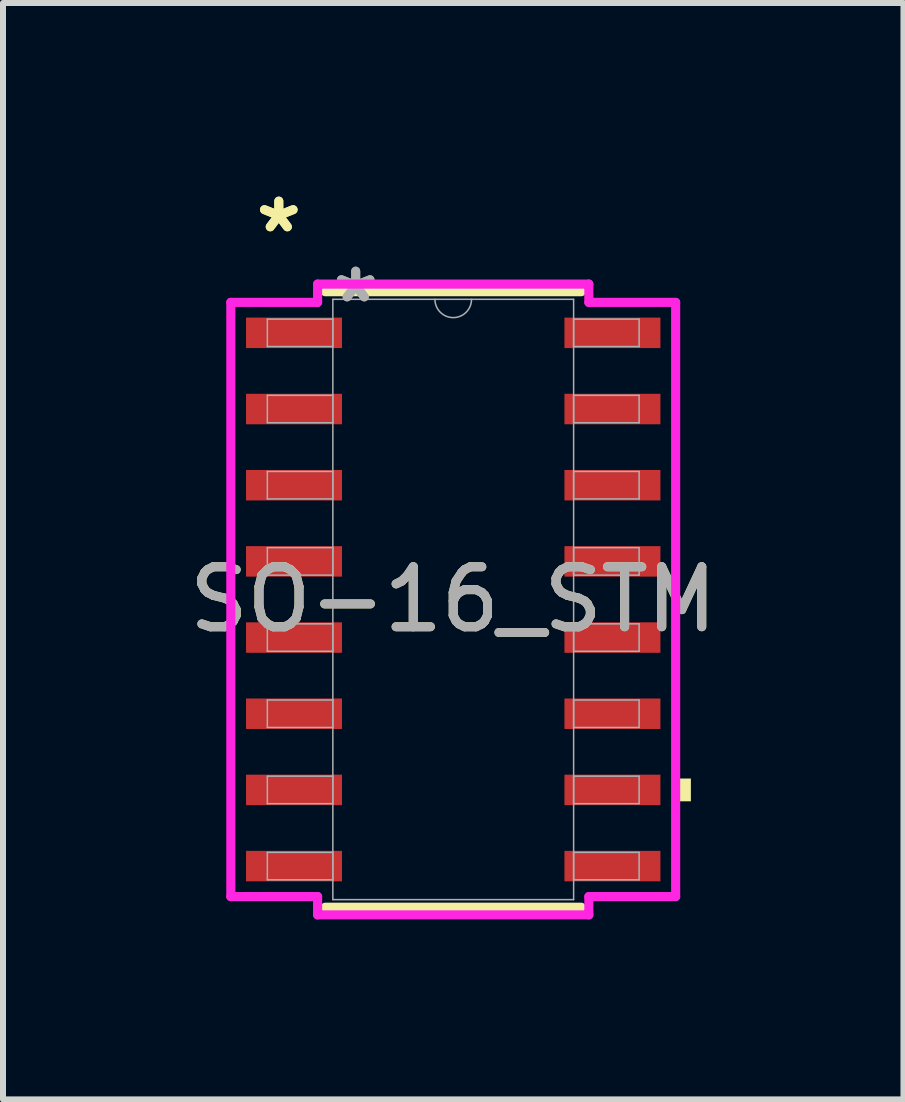
<source format=kicad_pcb>
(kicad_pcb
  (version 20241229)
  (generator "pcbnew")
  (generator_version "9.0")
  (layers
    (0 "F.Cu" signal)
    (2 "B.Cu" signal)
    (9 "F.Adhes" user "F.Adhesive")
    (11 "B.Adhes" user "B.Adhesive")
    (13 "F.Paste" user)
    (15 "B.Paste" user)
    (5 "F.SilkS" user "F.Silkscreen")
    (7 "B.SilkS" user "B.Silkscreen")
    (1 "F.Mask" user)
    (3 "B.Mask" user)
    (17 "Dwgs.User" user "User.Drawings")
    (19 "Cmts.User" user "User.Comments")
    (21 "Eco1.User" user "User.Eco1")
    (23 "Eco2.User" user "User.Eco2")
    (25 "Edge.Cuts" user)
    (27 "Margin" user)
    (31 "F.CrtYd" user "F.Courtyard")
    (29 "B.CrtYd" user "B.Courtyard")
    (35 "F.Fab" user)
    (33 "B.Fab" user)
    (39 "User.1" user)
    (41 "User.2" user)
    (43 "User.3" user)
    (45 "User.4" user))
  (footprint "SO-16_STM"
    (layer "F.Cu")
    (at 4.506 6.944)
    (property "Reference" "SO-16_STM" (at 0 0 0) (unlocked yes) (layer "F.SilkS") (effects (font (size 1 1) (thickness 0.15))))
    (attr smd)
    (fp_line (start -2.134 5.131) (end 2.134 5.131) (stroke (width 0.152) (type solid)) (layer "F.SilkS"))
    (fp_line (start 2.134 -5.131) (end -2.134 -5.131) (stroke (width 0.152) (type solid)) (layer "F.SilkS"))
    (fp_poly (pts (xy 3.962 2.985) (xy 3.962 3.365) (xy 3.708 3.365) (xy 3.708 2.985)) (stroke (width 0) (type solid)) (fill yes) (layer "F.SilkS"))
    (fp_line (start -3.708 -4.953) (end -2.261 -4.953) (stroke (width 0.152) (type solid)) (layer "F.CrtYd"))
    (fp_line (start -3.708 4.953) (end -3.708 -4.953) (stroke (width 0.152) (type solid)) (layer "F.CrtYd"))
    (fp_line (start -3.708 4.953) (end -2.261 4.953) (stroke (width 0.152) (type solid)) (layer "F.CrtYd"))
    (fp_line (start -2.261 -5.258) (end 2.261 -5.258) (stroke (width 0.152) (type solid)) (layer "F.CrtYd"))
    (fp_line (start -2.261 -4.953) (end -2.261 -5.258) (stroke (width 0.152) (type solid)) (layer "F.CrtYd"))
    (fp_line (start -2.261 5.258) (end -2.261 4.953) (stroke (width 0.152) (type solid)) (layer "F.CrtYd"))
    (fp_line (start 2.261 -5.258) (end 2.261 -4.953) (stroke (width 0.152) (type solid)) (layer "F.CrtYd"))
    (fp_line (start 2.261 4.953) (end 2.261 5.258) (stroke (width 0.152) (type solid)) (layer "F.CrtYd"))
    (fp_line (start 2.261 5.258) (end -2.261 5.258) (stroke (width 0.152) (type solid)) (layer "F.CrtYd"))
    (fp_line (start 3.708 -4.953) (end 2.261 -4.953) (stroke (width 0.152) (type solid)) (layer "F.CrtYd"))
    (fp_line (start 3.708 -4.953) (end 3.708 4.953) (stroke (width 0.152) (type solid)) (layer "F.CrtYd"))
    (fp_line (start 3.708 4.953) (end 2.261 4.953) (stroke (width 0.152) (type solid)) (layer "F.CrtYd"))
    (fp_line (start -3.099 -4.674) (end -3.099 -4.216) (stroke (width 0.025) (type solid)) (layer "F.Fab"))
    (fp_line (start -3.099 -4.216) (end -2.007 -4.216) (stroke (width 0.025) (type solid)) (layer "F.Fab"))
    (fp_line (start -3.099 -3.404) (end -3.099 -2.946) (stroke (width 0.025) (type solid)) (layer "F.Fab"))
    (fp_line (start -3.099 -2.946) (end -2.007 -2.946) (stroke (width 0.025) (type solid)) (layer "F.Fab"))
    (fp_line (start -3.099 -2.134) (end -3.099 -1.676) (stroke (width 0.025) (type solid)) (layer "F.Fab"))
    (fp_line (start -3.099 -1.676) (end -2.007 -1.676) (stroke (width 0.025) (type solid)) (layer "F.Fab"))
    (fp_line (start -3.099 -0.864) (end -3.099 -0.406) (stroke (width 0.025) (type solid)) (layer "F.Fab"))
    (fp_line (start -3.099 -0.406) (end -2.007 -0.406) (stroke (width 0.025) (type solid)) (layer "F.Fab"))
    (fp_line (start -3.099 0.406) (end -3.099 0.864) (stroke (width 0.025) (type solid)) (layer "F.Fab"))
    (fp_line (start -3.099 0.864) (end -2.007 0.864) (stroke (width 0.025) (type solid)) (layer "F.Fab"))
    (fp_line (start -3.099 1.676) (end -3.099 2.134) (stroke (width 0.025) (type solid)) (layer "F.Fab"))
    (fp_line (start -3.099 2.134) (end -2.007 2.134) (stroke (width 0.025) (type solid)) (layer "F.Fab"))
    (fp_line (start -3.099 2.946) (end -3.099 3.404) (stroke (width 0.025) (type solid)) (layer "F.Fab"))
    (fp_line (start -3.099 3.404) (end -2.007 3.404) (stroke (width 0.025) (type solid)) (layer "F.Fab"))
    (fp_line (start -3.099 4.216) (end -3.099 4.674) (stroke (width 0.025) (type solid)) (layer "F.Fab"))
    (fp_line (start -3.099 4.674) (end -2.007 4.674) (stroke (width 0.025) (type solid)) (layer "F.Fab"))
    (fp_line (start -2.007 -5.004) (end -2.007 5.004) (stroke (width 0.025) (type solid)) (layer "F.Fab"))
    (fp_line (start -2.007 -4.674) (end -3.099 -4.674) (stroke (width 0.025) (type solid)) (layer "F.Fab"))
    (fp_line (start -2.007 -4.216) (end -2.007 -4.674) (stroke (width 0.025) (type solid)) (layer "F.Fab"))
    (fp_line (start -2.007 -3.404) (end -3.099 -3.404) (stroke (width 0.025) (type solid)) (layer "F.Fab"))
    (fp_line (start -2.007 -2.946) (end -2.007 -3.404) (stroke (width 0.025) (type solid)) (layer "F.Fab"))
    (fp_line (start -2.007 -2.134) (end -3.099 -2.134) (stroke (width 0.025) (type solid)) (layer "F.Fab"))
    (fp_line (start -2.007 -1.676) (end -2.007 -2.134) (stroke (width 0.025) (type solid)) (layer "F.Fab"))
    (fp_line (start -2.007 -0.864) (end -3.099 -0.864) (stroke (width 0.025) (type solid)) (layer "F.Fab"))
    (fp_line (start -2.007 -0.406) (end -2.007 -0.864) (stroke (width 0.025) (type solid)) (layer "F.Fab"))
    (fp_line (start -2.007 0.406) (end -3.099 0.406) (stroke (width 0.025) (type solid)) (layer "F.Fab"))
    (fp_line (start -2.007 0.864) (end -2.007 0.406) (stroke (width 0.025) (type solid)) (layer "F.Fab"))
    (fp_line (start -2.007 1.676) (end -3.099 1.676) (stroke (width 0.025) (type solid)) (layer "F.Fab"))
    (fp_line (start -2.007 2.134) (end -2.007 1.676) (stroke (width 0.025) (type solid)) (layer "F.Fab"))
    (fp_line (start -2.007 2.946) (end -3.099 2.946) (stroke (width 0.025) (type solid)) (layer "F.Fab"))
    (fp_line (start -2.007 3.404) (end -2.007 2.946) (stroke (width 0.025) (type solid)) (layer "F.Fab"))
    (fp_line (start -2.007 4.216) (end -3.099 4.216) (stroke (width 0.025) (type solid)) (layer "F.Fab"))
    (fp_line (start -2.007 4.674) (end -2.007 4.216) (stroke (width 0.025) (type solid)) (layer "F.Fab"))
    (fp_line (start -2.007 5.004) (end 2.007 5.004) (stroke (width 0.025) (type solid)) (layer "F.Fab"))
    (fp_line (start 2.007 -5.004) (end -2.007 -5.004) (stroke (width 0.025) (type solid)) (layer "F.Fab"))
    (fp_line (start 2.007 -4.674) (end 2.007 -4.216) (stroke (width 0.025) (type solid)) (layer "F.Fab"))
    (fp_line (start 2.007 -4.216) (end 3.099 -4.216) (stroke (width 0.025) (type solid)) (layer "F.Fab"))
    (fp_line (start 2.007 -3.404) (end 2.007 -2.946) (stroke (width 0.025) (type solid)) (layer "F.Fab"))
    (fp_line (start 2.007 -2.946) (end 3.099 -2.946) (stroke (width 0.025) (type solid)) (layer "F.Fab"))
    (fp_line (start 2.007 -2.134) (end 2.007 -1.676) (stroke (width 0.025) (type solid)) (layer "F.Fab"))
    (fp_line (start 2.007 -1.676) (end 3.099 -1.676) (stroke (width 0.025) (type solid)) (layer "F.Fab"))
    (fp_line (start 2.007 -0.864) (end 2.007 -0.406) (stroke (width 0.025) (type solid)) (layer "F.Fab"))
    (fp_line (start 2.007 -0.406) (end 3.099 -0.406) (stroke (width 0.025) (type solid)) (layer "F.Fab"))
    (fp_line (start 2.007 0.406) (end 2.007 0.864) (stroke (width 0.025) (type solid)) (layer "F.Fab"))
    (fp_line (start 2.007 0.864) (end 3.099 0.864) (stroke (width 0.025) (type solid)) (layer "F.Fab"))
    (fp_line (start 2.007 1.676) (end 2.007 2.134) (stroke (width 0.025) (type solid)) (layer "F.Fab"))
    (fp_line (start 2.007 2.134) (end 3.099 2.134) (stroke (width 0.025) (type solid)) (layer "F.Fab"))
    (fp_line (start 2.007 2.946) (end 2.007 3.404) (stroke (width 0.025) (type solid)) (layer "F.Fab"))
    (fp_line (start 2.007 3.404) (end 3.099 3.404) (stroke (width 0.025) (type solid)) (layer "F.Fab"))
    (fp_line (start 2.007 4.216) (end 2.007 4.674) (stroke (width 0.025) (type solid)) (layer "F.Fab"))
    (fp_line (start 2.007 4.674) (end 3.099 4.674) (stroke (width 0.025) (type solid)) (layer "F.Fab"))
    (fp_line (start 2.007 5.004) (end 2.007 -5.004) (stroke (width 0.025) (type solid)) (layer "F.Fab"))
    (fp_line (start 3.099 -4.674) (end 2.007 -4.674) (stroke (width 0.025) (type solid)) (layer "F.Fab"))
    (fp_line (start 3.099 -4.216) (end 3.099 -4.674) (stroke (width 0.025) (type solid)) (layer "F.Fab"))
    (fp_line (start 3.099 -3.404) (end 2.007 -3.404) (stroke (width 0.025) (type solid)) (layer "F.Fab"))
    (fp_line (start 3.099 -2.946) (end 3.099 -3.404) (stroke (width 0.025) (type solid)) (layer "F.Fab"))
    (fp_line (start 3.099 -2.134) (end 2.007 -2.134) (stroke (width 0.025) (type solid)) (layer "F.Fab"))
    (fp_line (start 3.099 -1.676) (end 3.099 -2.134) (stroke (width 0.025) (type solid)) (layer "F.Fab"))
    (fp_line (start 3.099 -0.864) (end 2.007 -0.864) (stroke (width 0.025) (type solid)) (layer "F.Fab"))
    (fp_line (start 3.099 -0.406) (end 3.099 -0.864) (stroke (width 0.025) (type solid)) (layer "F.Fab"))
    (fp_line (start 3.099 0.406) (end 2.007 0.406) (stroke (width 0.025) (type solid)) (layer "F.Fab"))
    (fp_line (start 3.099 0.864) (end 3.099 0.406) (stroke (width 0.025) (type solid)) (layer "F.Fab"))
    (fp_line (start 3.099 1.676) (end 2.007 1.676) (stroke (width 0.025) (type solid)) (layer "F.Fab"))
    (fp_line (start 3.099 2.134) (end 3.099 1.676) (stroke (width 0.025) (type solid)) (layer "F.Fab"))
    (fp_line (start 3.099 2.946) (end 2.007 2.946) (stroke (width 0.025) (type solid)) (layer "F.Fab"))
    (fp_line (start 3.099 3.404) (end 3.099 2.946) (stroke (width 0.025) (type solid)) (layer "F.Fab"))
    (fp_line (start 3.099 4.216) (end 2.007 4.216) (stroke (width 0.025) (type solid)) (layer "F.Fab"))
    (fp_line (start 3.099 4.674) (end 3.099 4.216) (stroke (width 0.025) (type solid)) (layer "F.Fab"))
    (fp_arc (start 0.3048 -5.0038) (mid 0 -4.699) (end -0.3048 -5.0038) (stroke (width 0.0254) (type solid)) (layer "F.Fab"))
    (fp_text user "*" (at -2.908 -6.096 0) (unlocked yes) (layer "F.SilkS") (effects (font (size 1 1) (thickness 0.15))))
    (fp_text user "*" (at -2.908 -6.096 0) (layer "F.SilkS") (effects (font (size 1 1) (thickness 0.15))))
    (fp_text user "${REFERENCE}" (at 0 0 0) (unlocked yes) (layer "F.Fab") (effects (font (size 1 1) (thickness 0.15))))
    (fp_text user "*" (at -1.626 -4.928 0) (layer "F.Fab") (effects (font (size 1 1) (thickness 0.15))))
    (fp_text user "*" (at -1.626 -4.928 0) (unlocked yes) (layer "F.Fab") (effects (font (size 1 1) (thickness 0.15))))
    (pad "1" smd rect (at -2.654 -4.445) (size 1.6 0.508) (layers "F.Cu" "F.Mask" "F.Paste"))
    (pad "2" smd rect (at -2.654 -3.175) (size 1.6 0.508) (layers "F.Cu" "F.Mask" "F.Paste"))
    (pad "3" smd rect (at -2.654 -1.905) (size 1.6 0.508) (layers "F.Cu" "F.Mask" "F.Paste"))
    (pad "4" smd rect (at -2.654 -0.635) (size 1.6 0.508) (layers "F.Cu" "F.Mask" "F.Paste"))
    (pad "5" smd rect (at -2.654 0.635) (size 1.6 0.508) (layers "F.Cu" "F.Mask" "F.Paste"))
    (pad "6" smd rect (at -2.654 1.905) (size 1.6 0.508) (layers "F.Cu" "F.Mask" "F.Paste"))
    (pad "7" smd rect (at -2.654 3.175) (size 1.6 0.508) (layers "F.Cu" "F.Mask" "F.Paste"))
    (pad "8" smd rect (at -2.654 4.445) (size 1.6 0.508) (layers "F.Cu" "F.Mask" "F.Paste"))
    (pad "9" smd rect (at 2.654 4.445) (size 1.6 0.508) (layers "F.Cu" "F.Mask" "F.Paste"))
    (pad "10" smd rect (at 2.654 3.175) (size 1.6 0.508) (layers "F.Cu" "F.Mask" "F.Paste"))
    (pad "11" smd rect (at 2.654 1.905) (size 1.6 0.508) (layers "F.Cu" "F.Mask" "F.Paste"))
    (pad "12" smd rect (at 2.654 0.635) (size 1.6 0.508) (layers "F.Cu" "F.Mask" "F.Paste"))
    (pad "13" smd rect (at 2.654 -0.635) (size 1.6 0.508) (layers "F.Cu" "F.Mask" "F.Paste"))
    (pad "14" smd rect (at 2.654 -1.905) (size 1.6 0.508) (layers "F.Cu" "F.Mask" "F.Paste"))
    (pad "15" smd rect (at 2.654 -3.175) (size 1.6 0.508) (layers "F.Cu" "F.Mask" "F.Paste"))
    (pad "16" smd rect (at 2.654 -4.445) (size 1.6 0.508) (layers "F.Cu" "F.Mask" "F.Paste")))
  (gr_rect
    (start -3 -3)
    (end 12.012 15.278)
    (stroke (width 0.1) (type default))
    (fill no)
    (layer "Edge.Cuts")))
</source>
